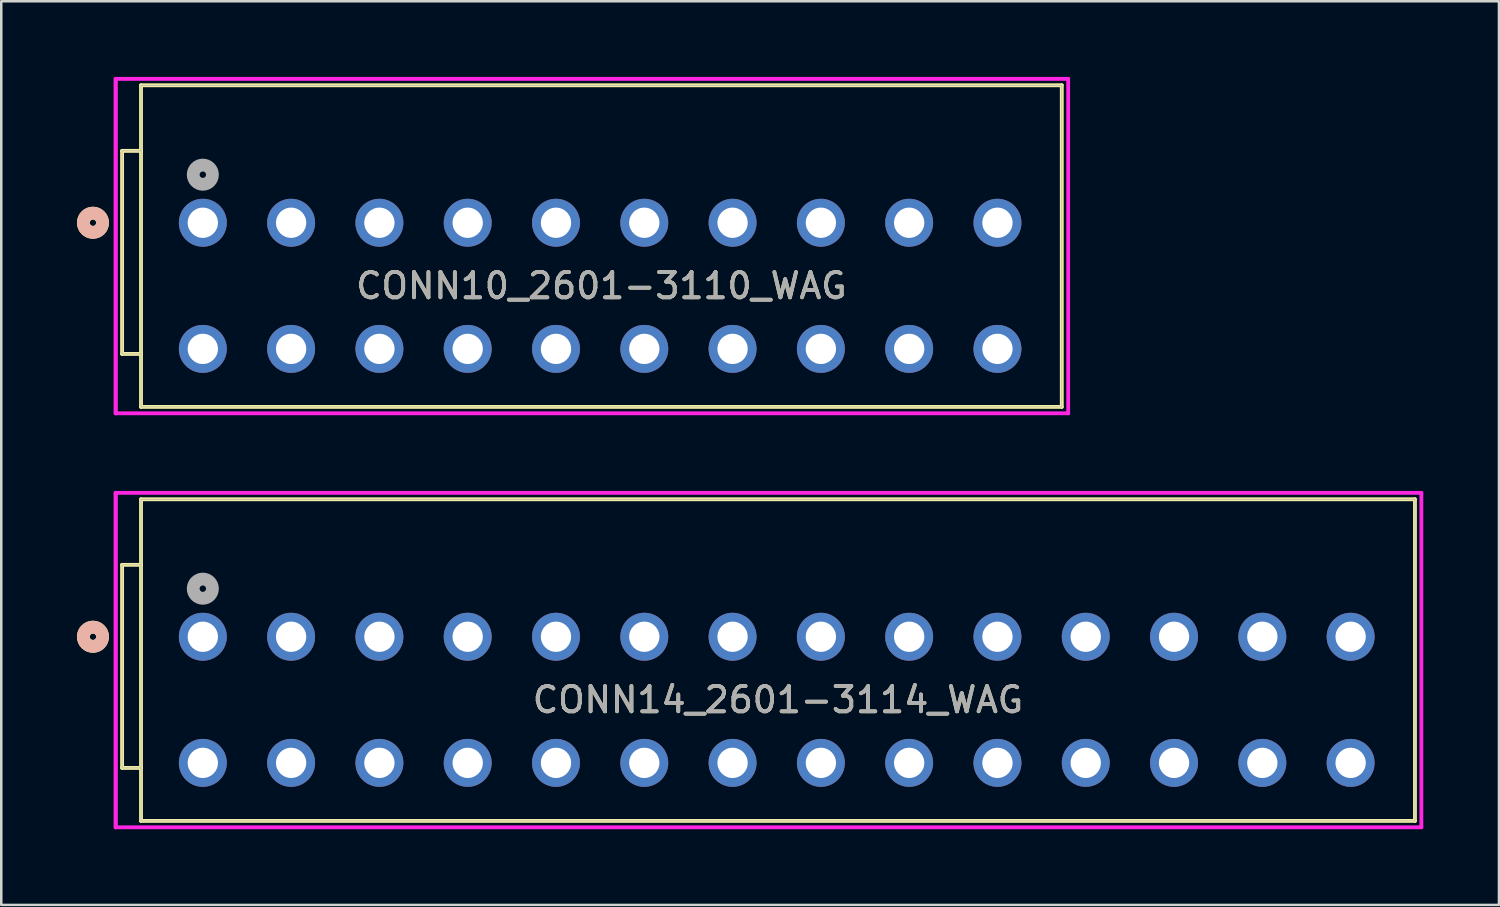
<source format=kicad_pcb>
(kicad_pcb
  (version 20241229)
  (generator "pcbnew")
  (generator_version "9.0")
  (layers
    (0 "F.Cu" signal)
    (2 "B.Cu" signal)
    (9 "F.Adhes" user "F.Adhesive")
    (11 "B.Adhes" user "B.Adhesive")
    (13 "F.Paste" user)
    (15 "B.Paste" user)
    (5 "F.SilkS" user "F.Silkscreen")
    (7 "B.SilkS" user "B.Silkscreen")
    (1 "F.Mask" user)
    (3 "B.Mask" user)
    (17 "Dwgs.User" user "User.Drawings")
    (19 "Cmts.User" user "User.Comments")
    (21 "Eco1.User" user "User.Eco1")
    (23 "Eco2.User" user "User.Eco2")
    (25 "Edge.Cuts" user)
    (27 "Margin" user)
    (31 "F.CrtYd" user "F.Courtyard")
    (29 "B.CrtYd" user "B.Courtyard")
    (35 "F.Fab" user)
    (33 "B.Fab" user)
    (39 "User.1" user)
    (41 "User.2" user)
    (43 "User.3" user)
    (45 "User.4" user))
  (footprint "CONN10_2601-3110_WAG"
    (layer "F.Cu")
    (at 4.99 5.78)
    (property "Reference" "CONN10_2601-3110_WAG" (at 15.8 2.5 0) (unlocked yes) (layer "F.SilkS") (effects (font (size 1 1) (thickness 0.15))))
    (attr through_hole)
    (fp_line (start -3.2 5.2) (end -3.2 -2.85) (stroke (width 0.152) (type solid)) (layer "F.SilkS"))
    (fp_line (start -2.45 -5.45) (end 34.05 -5.45) (stroke (width 0.152) (type solid)) (layer "F.SilkS"))
    (fp_line (start -2.45 7.3) (end -2.45 -5.45) (stroke (width 0.152) (type solid)) (layer "F.SilkS"))
    (fp_line (start -2.45 7.3) (end 34.05 7.3) (stroke (width 0.152) (type solid)) (layer "F.SilkS"))
    (fp_line (start -2.45 -2.85) (end -3.2 -2.85) (stroke (width 0.152) (type solid)) (layer "F.SilkS"))
    (fp_line (start -2.45 5.2) (end -3.2 5.2) (stroke (width 0.152) (type solid)) (layer "F.SilkS"))
    (fp_line (start 34.05 -5.45) (end 34.05 7.3) (stroke (width 0.152) (type solid)) (layer "F.SilkS"))
    (fp_circle (center -4.355 0) (end -3.974 0) (stroke (width 0.508) (type solid)) (fill no) (layer "F.SilkS"))
    (fp_circle (center -4.355 0) (end -3.974 0) (stroke (width 0.508) (type solid)) (fill no) (layer "B.SilkS"))
    (fp_line (start -3.454 -5.704) (end -3.454 7.554) (stroke (width 0.152) (type solid)) (layer "F.CrtYd"))
    (fp_line (start -3.454 -5.704) (end -3.454 7.554) (stroke (width 0.152) (type solid)) (layer "F.CrtYd"))
    (fp_line (start -3.454 7.554) (end 34.304 7.554) (stroke (width 0.152) (type solid)) (layer "F.CrtYd"))
    (fp_line (start 34.304 -5.704) (end -3.454 -5.704) (stroke (width 0.152) (type solid)) (layer "F.CrtYd"))
    (fp_line (start 34.304 7.554) (end 34.304 -5.704) (stroke (width 0.152) (type solid)) (layer "F.CrtYd"))
    (fp_line (start -3.2 5.2) (end -3.2 -2.85) (stroke (width 0.025) (type solid)) (layer "F.Fab"))
    (fp_line (start -2.45 -5.45) (end 34.05 -5.45) (stroke (width 0.025) (type solid)) (layer "F.Fab"))
    (fp_line (start -2.45 7.3) (end -2.45 -5.45) (stroke (width 0.025) (type solid)) (layer "F.Fab"))
    (fp_line (start -2.45 7.3) (end 34.05 7.3) (stroke (width 0.025) (type solid)) (layer "F.Fab"))
    (fp_line (start -2.45 -2.85) (end -3.2 -2.85) (stroke (width 0.025) (type solid)) (layer "F.Fab"))
    (fp_line (start -2.45 5.2) (end -3.2 5.2) (stroke (width 0.025) (type solid)) (layer "F.Fab"))
    (fp_line (start 34.05 -5.45) (end 34.05 7.3) (stroke (width 0.025) (type solid)) (layer "F.Fab"))
    (fp_circle (center 0 -1.905) (end 0.381 -1.905) (stroke (width 0.508) (type solid)) (fill no) (layer "F.Fab"))
    (fp_text user "${REFERENCE}" (at 15.8 2.5 0) (unlocked yes) (layer "F.Fab") (effects (font (size 1 1) (thickness 0.15))))
    (pad "1" thru_hole circle (at 0 0) (size 1.9 1.9) (drill 1.2) (layers "*.Cu" "*.Mask"))
    (pad "2" thru_hole circle (at 0 5) (size 1.9 1.9) (drill 1.2) (layers "*.Cu" "*.Mask"))
    (pad "3" thru_hole circle (at 3.5 0) (size 1.9 1.9) (drill 1.2) (layers "*.Cu" "*.Mask"))
    (pad "4" thru_hole circle (at 3.5 5) (size 1.9 1.9) (drill 1.2) (layers "*.Cu" "*.Mask"))
    (pad "5" thru_hole circle (at 7 0) (size 1.9 1.9) (drill 1.2) (layers "*.Cu" "*.Mask"))
    (pad "6" thru_hole circle (at 7 5) (size 1.9 1.9) (drill 1.2) (layers "*.Cu" "*.Mask"))
    (pad "7" thru_hole circle (at 10.5 0) (size 1.9 1.9) (drill 1.2) (layers "*.Cu" "*.Mask"))
    (pad "8" thru_hole circle (at 10.5 5) (size 1.9 1.9) (drill 1.2) (layers "*.Cu" "*.Mask"))
    (pad "9" thru_hole circle (at 14 0) (size 1.9 1.9) (drill 1.2) (layers "*.Cu" "*.Mask"))
    (pad "10" thru_hole circle (at 14 5) (size 1.9 1.9) (drill 1.2) (layers "*.Cu" "*.Mask"))
    (pad "11" thru_hole circle (at 17.5 0) (size 1.9 1.9) (drill 1.2) (layers "*.Cu" "*.Mask"))
    (pad "12" thru_hole circle (at 17.5 5) (size 1.9 1.9) (drill 1.2) (layers "*.Cu" "*.Mask"))
    (pad "13" thru_hole circle (at 21 0) (size 1.9 1.9) (drill 1.2) (layers "*.Cu" "*.Mask"))
    (pad "14" thru_hole circle (at 21 5) (size 1.9 1.9) (drill 1.2) (layers "*.Cu" "*.Mask"))
    (pad "15" thru_hole circle (at 24.5 0) (size 1.9 1.9) (drill 1.2) (layers "*.Cu" "*.Mask"))
    (pad "16" thru_hole circle (at 24.5 5) (size 1.9 1.9) (drill 1.2) (layers "*.Cu" "*.Mask"))
    (pad "17" thru_hole circle (at 28 0) (size 1.9 1.9) (drill 1.2) (layers "*.Cu" "*.Mask"))
    (pad "18" thru_hole circle (at 28 5) (size 1.9 1.9) (drill 1.2) (layers "*.Cu" "*.Mask"))
    (pad "19" thru_hole circle (at 31.5 0) (size 1.9 1.9) (drill 1.2) (layers "*.Cu" "*.Mask"))
    (pad "20" thru_hole circle (at 31.5 5) (size 1.9 1.9) (drill 1.2) (layers "*.Cu" "*.Mask")))
  (footprint "CONN14_2601-3114_WAG"
    (layer "F.Cu")
    (at 4.99 22.191)
    (property "Reference" "CONN14_2601-3114_WAG" (at 22.8 2.5 0) (unlocked yes) (layer "F.SilkS") (effects (font (size 1 1) (thickness 0.15))))
    (attr through_hole)
    (fp_line (start -3.2 5.2) (end -3.2 -2.85) (stroke (width 0.152) (type solid)) (layer "F.SilkS"))
    (fp_line (start -2.45 -5.45) (end 48.05 -5.45) (stroke (width 0.152) (type solid)) (layer "F.SilkS"))
    (fp_line (start -2.45 -2.85) (end -3.2 -2.85) (stroke (width 0.152) (type solid)) (layer "F.SilkS"))
    (fp_line (start -2.45 5.2) (end -3.2 5.2) (stroke (width 0.152) (type solid)) (layer "F.SilkS"))
    (fp_line (start -2.45 7.3) (end -2.45 -5.45) (stroke (width 0.152) (type solid)) (layer "F.SilkS"))
    (fp_line (start -2.45 7.3) (end 48.05 7.3) (stroke (width 0.152) (type solid)) (layer "F.SilkS"))
    (fp_line (start 48.05 -5.45) (end 48.05 7.3) (stroke (width 0.152) (type solid)) (layer "F.SilkS"))
    (fp_circle (center -4.355 0) (end -3.974 0) (stroke (width 0.508) (type solid)) (fill no) (layer "F.SilkS"))
    (fp_circle (center -4.355 0) (end -3.974 0) (stroke (width 0.508) (type solid)) (fill no) (layer "B.SilkS"))
    (fp_line (start -3.454 -5.704) (end -3.454 7.554) (stroke (width 0.152) (type solid)) (layer "F.CrtYd"))
    (fp_line (start -3.454 -5.704) (end -3.454 7.554) (stroke (width 0.152) (type solid)) (layer "F.CrtYd"))
    (fp_line (start -3.454 7.554) (end 48.304 7.554) (stroke (width 0.152) (type solid)) (layer "F.CrtYd"))
    (fp_line (start 48.304 -5.704) (end -3.454 -5.704) (stroke (width 0.152) (type solid)) (layer "F.CrtYd"))
    (fp_line (start 48.304 7.554) (end 48.304 -5.704) (stroke (width 0.152) (type solid)) (layer "F.CrtYd"))
    (fp_line (start -3.2 5.2) (end -3.2 -2.85) (stroke (width 0.025) (type solid)) (layer "F.Fab"))
    (fp_line (start -2.45 -5.45) (end 48.05 -5.45) (stroke (width 0.025) (type solid)) (layer "F.Fab"))
    (fp_line (start -2.45 -2.85) (end -3.2 -2.85) (stroke (width 0.025) (type solid)) (layer "F.Fab"))
    (fp_line (start -2.45 5.2) (end -3.2 5.2) (stroke (width 0.025) (type solid)) (layer "F.Fab"))
    (fp_line (start -2.45 7.3) (end -2.45 -5.45) (stroke (width 0.025) (type solid)) (layer "F.Fab"))
    (fp_line (start -2.45 7.3) (end 48.05 7.3) (stroke (width 0.025) (type solid)) (layer "F.Fab"))
    (fp_line (start 48.05 -5.45) (end 48.05 7.3) (stroke (width 0.025) (type solid)) (layer "F.Fab"))
    (fp_circle (center 0 -1.905) (end 0.381 -1.905) (stroke (width 0.508) (type solid)) (fill no) (layer "F.Fab"))
    (fp_text user "${REFERENCE}" (at 22.8 2.5 0) (unlocked yes) (layer "F.Fab") (effects (font (size 1 1) (thickness 0.15))))
    (pad "1" thru_hole circle (at 0 0) (size 1.9 1.9) (drill 1.2) (layers "*.Cu" "*.Mask"))
    (pad "2" thru_hole circle (at 0 5) (size 1.9 1.9) (drill 1.2) (layers "*.Cu" "*.Mask"))
    (pad "3" thru_hole circle (at 3.5 0) (size 1.9 1.9) (drill 1.2) (layers "*.Cu" "*.Mask"))
    (pad "4" thru_hole circle (at 3.5 5) (size 1.9 1.9) (drill 1.2) (layers "*.Cu" "*.Mask"))
    (pad "5" thru_hole circle (at 7 0) (size 1.9 1.9) (drill 1.2) (layers "*.Cu" "*.Mask"))
    (pad "6" thru_hole circle (at 7 5) (size 1.9 1.9) (drill 1.2) (layers "*.Cu" "*.Mask"))
    (pad "7" thru_hole circle (at 10.5 0) (size 1.9 1.9) (drill 1.2) (layers "*.Cu" "*.Mask"))
    (pad "8" thru_hole circle (at 10.5 5) (size 1.9 1.9) (drill 1.2) (layers "*.Cu" "*.Mask"))
    (pad "9" thru_hole circle (at 14 0) (size 1.9 1.9) (drill 1.2) (layers "*.Cu" "*.Mask"))
    (pad "10" thru_hole circle (at 14 5) (size 1.9 1.9) (drill 1.2) (layers "*.Cu" "*.Mask"))
    (pad "11" thru_hole circle (at 17.5 0) (size 1.9 1.9) (drill 1.2) (layers "*.Cu" "*.Mask"))
    (pad "12" thru_hole circle (at 17.5 5) (size 1.9 1.9) (drill 1.2) (layers "*.Cu" "*.Mask"))
    (pad "13" thru_hole circle (at 21 0) (size 1.9 1.9) (drill 1.2) (layers "*.Cu" "*.Mask"))
    (pad "14" thru_hole circle (at 21 5) (size 1.9 1.9) (drill 1.2) (layers "*.Cu" "*.Mask"))
    (pad "15" thru_hole circle (at 24.5 0) (size 1.9 1.9) (drill 1.2) (layers "*.Cu" "*.Mask"))
    (pad "16" thru_hole circle (at 24.5 5) (size 1.9 1.9) (drill 1.2) (layers "*.Cu" "*.Mask"))
    (pad "17" thru_hole circle (at 28 0) (size 1.9 1.9) (drill 1.2) (layers "*.Cu" "*.Mask"))
    (pad "18" thru_hole circle (at 28 5) (size 1.9 1.9) (drill 1.2) (layers "*.Cu" "*.Mask"))
    (pad "19" thru_hole circle (at 31.5 0) (size 1.9 1.9) (drill 1.2) (layers "*.Cu" "*.Mask"))
    (pad "20" thru_hole circle (at 31.5 5) (size 1.9 1.9) (drill 1.2) (layers "*.Cu" "*.Mask"))
    (pad "21" thru_hole circle (at 35 0) (size 1.9 1.9) (drill 1.2) (layers "*.Cu" "*.Mask"))
    (pad "22" thru_hole circle (at 35 5) (size 1.9 1.9) (drill 1.2) (layers "*.Cu" "*.Mask"))
    (pad "23" thru_hole circle (at 38.5 0) (size 1.9 1.9) (drill 1.2) (layers "*.Cu" "*.Mask"))
    (pad "24" thru_hole circle (at 38.5 5) (size 1.9 1.9) (drill 1.2) (layers "*.Cu" "*.Mask"))
    (pad "25" thru_hole circle (at 42 0) (size 1.9 1.9) (drill 1.2) (layers "*.Cu" "*.Mask"))
    (pad "26" thru_hole circle (at 42 5) (size 1.9 1.9) (drill 1.2) (layers "*.Cu" "*.Mask"))
    (pad "27" thru_hole circle (at 45.5 0) (size 1.9 1.9) (drill 1.2) (layers "*.Cu" "*.Mask"))
    (pad "28" thru_hole circle (at 45.5 5) (size 1.9 1.9) (drill 1.2) (layers "*.Cu" "*.Mask")))
  (gr_rect
    (start -3 -3)
    (end 56.37 32.821)
    (stroke (width 0.1) (type default))
    (fill no)
    (layer "Edge.Cuts")))
</source>
